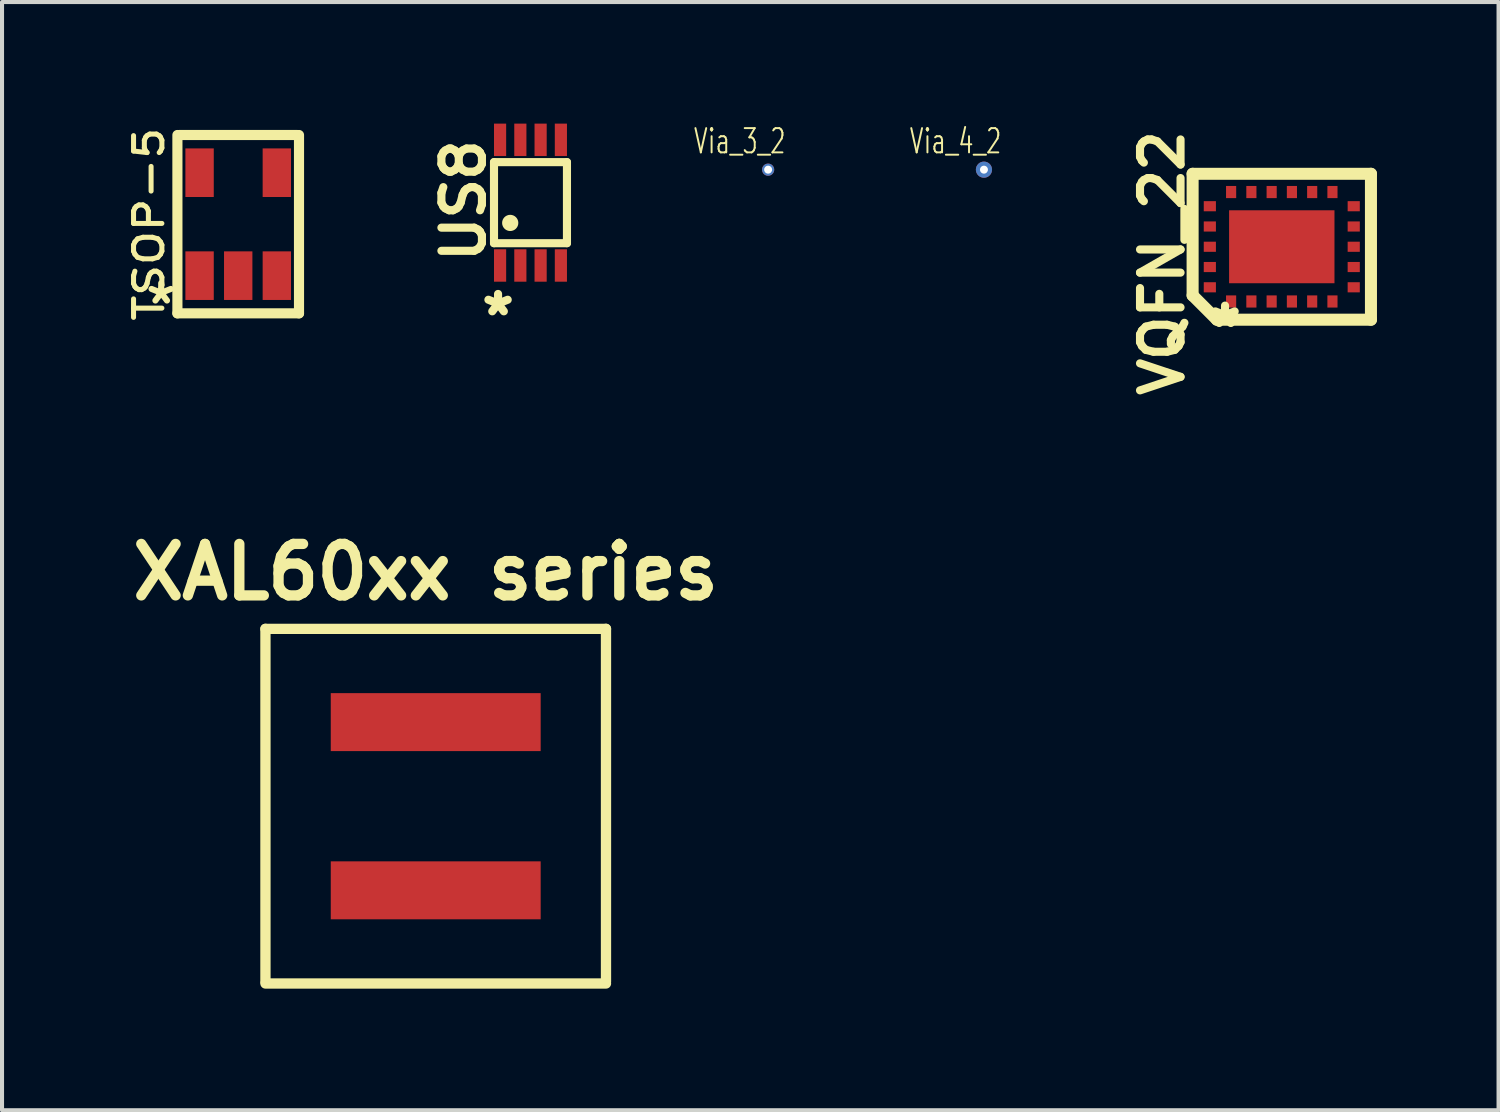
<source format=kicad_pcb>
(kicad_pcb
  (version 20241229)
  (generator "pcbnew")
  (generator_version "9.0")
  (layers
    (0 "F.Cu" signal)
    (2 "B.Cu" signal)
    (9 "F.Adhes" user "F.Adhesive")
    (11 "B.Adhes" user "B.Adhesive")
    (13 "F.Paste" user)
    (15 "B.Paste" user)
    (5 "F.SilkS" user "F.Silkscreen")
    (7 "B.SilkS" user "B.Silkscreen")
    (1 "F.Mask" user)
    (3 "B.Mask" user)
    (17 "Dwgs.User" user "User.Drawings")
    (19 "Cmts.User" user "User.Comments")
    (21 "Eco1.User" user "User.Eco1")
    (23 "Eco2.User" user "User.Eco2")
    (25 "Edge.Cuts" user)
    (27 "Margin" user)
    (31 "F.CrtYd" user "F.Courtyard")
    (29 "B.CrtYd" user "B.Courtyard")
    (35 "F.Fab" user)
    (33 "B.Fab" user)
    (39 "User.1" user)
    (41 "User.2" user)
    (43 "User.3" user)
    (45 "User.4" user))
  (footprint "TSOP-5"
    (layer "F.Cu")
    (at 2.827 2.481)
    (property "Reference" "TSOP-5" (at -2.2 0 90) (layer "F.SilkS") (effects (font (size 0.699 0.798) (thickness 0.124))))
    (attr smd)
    (fp_line (start -1.5 -2.2) (end -1.5 2.2) (stroke (width 0.25) (type solid)) (layer "F.SilkS"))
    (fp_line (start -1.5 2.2) (end 1.5 2.2) (stroke (width 0.25) (type solid)) (layer "F.SilkS"))
    (fp_line (start 1.46 -2.2) (end -1.46 -2.2) (stroke (width 0.25) (type solid)) (layer "F.SilkS"))
    (fp_line (start 1.5 2.2) (end 1.5 -2.2) (stroke (width 0.25) (type solid)) (layer "F.SilkS"))
    (fp_text user "*" (at -1.9 2 0) (layer "F.SilkS") (effects (font (size 1 1) (thickness 0.15))))
    (pad "1" smd rect (at -0.953 1.27) (size 0.7 1.199) (layers "F.Cu" "F.Mask" "F.Paste"))
    (pad "2" smd rect (at 0 1.27) (size 0.7 1.199) (layers "F.Cu" "F.Mask" "F.Paste"))
    (pad "3" smd rect (at 0.953 1.27) (size 0.7 1.199) (layers "F.Cu" "F.Mask" "F.Paste"))
    (pad "4" smd rect (at 0.953 -1.27) (size 0.7 1.199) (layers "F.Cu" "F.Mask" "F.Paste"))
    (pad "5" smd rect (at -0.953 -1.27) (size 0.7 1.199) (layers "F.Cu" "F.Mask" "F.Paste")))
  (footprint "Via_4_2"
    (layer "F.Cu")
    (at 21.226 1.136)
    (property "Reference" "Via_4_2" (at -0.701 -0.701 0) (layer "F.SilkS") (effects (font (size 0.599 0.399) (thickness 0.048))))
    (attr through_hole)
    (pad "1" thru_hole circle (at 0 0) (size 0.399 0.399) (drill 0.196) (layers "*.Cu")))
  (footprint "VQFN_22"
    (layer "F.Cu")
    (at 28.574 3.038)
    (property "Reference" "VQFN_22" (at -2.95 0.4 90) (layer "F.SilkS") (effects (font (size 1 1) (thickness 0.2))))
    (attr smd)
    (fp_line (start -2.2 -1.8) (end -2.2 1.2) (stroke (width 0.297) (type solid)) (layer "F.SilkS"))
    (fp_line (start -2.2 -1.8) (end 2.2 -1.8) (stroke (width 0.297) (type solid)) (layer "F.SilkS"))
    (fp_line (start -2.2 1.2) (end -1.6 1.8) (stroke (width 0.297) (type solid)) (layer "F.SilkS"))
    (fp_line (start 2.2 -1.8) (end 2.2 1.8) (stroke (width 0.297) (type solid)) (layer "F.SilkS"))
    (fp_line (start 2.2 1.8) (end -1.6 1.8) (stroke (width 0.297) (type solid)) (layer "F.SilkS"))
    (fp_text user "*" (at -1.4 2 0) (layer "F.SilkS") (effects (font (size 1 1) (thickness 0.2))))
    (pad "1" smd rect (at -1.25 1.35) (size 0.25 0.3) (layers "F.Cu" "F.Mask" "F.Paste"))
    (pad "2" smd rect (at -0.75 1.35) (size 0.25 0.3) (layers "F.Cu" "F.Mask" "F.Paste"))
    (pad "3" smd rect (at -0.25 1.35) (size 0.25 0.3) (layers "F.Cu" "F.Mask" "F.Paste"))
    (pad "4" smd rect (at 0.25 1.35) (size 0.25 0.3) (layers "F.Cu" "F.Mask" "F.Paste"))
    (pad "5" smd rect (at 0.75 1.35) (size 0.25 0.3) (layers "F.Cu" "F.Mask" "F.Paste"))
    (pad "6" smd rect (at 1.25 1.35) (size 0.25 0.3) (layers "F.Cu" "F.Mask" "F.Paste"))
    (pad "7" smd rect (at 1.775 1) (size 0.3 0.25) (layers "F.Cu" "F.Mask" "F.Paste"))
    (pad "8" smd rect (at 1.775 0.5) (size 0.3 0.25) (layers "F.Cu" "F.Mask" "F.Paste"))
    (pad "9" smd rect (at 1.775 0) (size 0.3 0.25) (layers "F.Cu" "F.Mask" "F.Paste"))
    (pad "10" smd rect (at 1.775 -0.5) (size 0.3 0.25) (layers "F.Cu" "F.Mask" "F.Paste"))
    (pad "11" smd rect (at 1.775 -1) (size 0.3 0.25) (layers "F.Cu" "F.Mask" "F.Paste"))
    (pad "12" smd rect (at 1.25 -1.35) (size 0.25 0.3) (layers "F.Cu" "F.Mask" "F.Paste"))
    (pad "13" smd rect (at 0.75 -1.35) (size 0.25 0.3) (layers "F.Cu" "F.Mask" "F.Paste"))
    (pad "14" smd rect (at 0.25 -1.35) (size 0.25 0.3) (layers "F.Cu" "F.Mask" "F.Paste"))
    (pad "15" smd rect (at -0.25 -1.35) (size 0.25 0.3) (layers "F.Cu" "F.Mask" "F.Paste"))
    (pad "16" smd rect (at -0.75 -1.35) (size 0.25 0.3) (layers "F.Cu" "F.Mask" "F.Paste"))
    (pad "17" smd rect (at -1.25 -1.35) (size 0.25 0.3) (layers "F.Cu" "F.Mask" "F.Paste"))
    (pad "18" smd rect (at -1.775 -1) (size 0.3 0.25) (layers "F.Cu" "F.Mask" "F.Paste"))
    (pad "19" smd rect (at -1.775 -0.5) (size 0.3 0.25) (layers "F.Cu" "F.Mask" "F.Paste"))
    (pad "20" smd rect (at -1.775 0) (size 0.3 0.25) (layers "F.Cu" "F.Mask" "F.Paste"))
    (pad "21" smd rect (at -1.775 0.5) (size 0.3 0.25) (layers "F.Cu" "F.Mask" "F.Paste"))
    (pad "22" smd rect (at -1.775 1) (size 0.3 0.25) (layers "F.Cu" "F.Mask" "F.Paste"))
    (pad "23" smd rect (at -0.8 -0.5) (size 0.6 0.5) (layers "F.Cu" "F.Mask" "F.Paste"))
    (pad "23" smd rect (at -0.8 0.5) (size 0.6 0.5) (layers "F.Cu" "F.Mask" "F.Paste"))
    (pad "23" smd rect (at 0 0) (size 2.6 1.8) (layers "F.Cu" "F.Mask"))
    (pad "23" smd rect (at 0.8 -0.5) (size 0.6 0.5) (layers "F.Cu" "F.Mask" "F.Paste"))
    (pad "23" smd rect (at 0.8 0.5) (size 0.6 0.5) (layers "F.Cu" "F.Mask" "F.Paste")))
  (footprint "XAL60xx series"
    (layer "F.Cu")
    (at 7.7 14.766)
    (property "Reference" "XAL60xx series" (at -0.249 -3.701 0) (layer "F.SilkS") (effects (font (size 1.27 1.27) (thickness 0.254))))
    (attr through_hole)
    (fp_line (start -4.201 -2.301) (end -4.201 6.401) (stroke (width 0.254) (type solid)) (layer "F.SilkS"))
    (fp_line (start -4.201 -2.301) (end 4.201 -2.301) (stroke (width 0.254) (type solid)) (layer "F.SilkS"))
    (fp_line (start -4.201 6.449) (end 4.201 6.449) (stroke (width 0.254) (type solid)) (layer "F.SilkS"))
    (fp_line (start 4.201 -2.301) (end 4.201 6.401) (stroke (width 0.254) (type solid)) (layer "F.SilkS"))
    (pad "1" smd rect (at 0 0) (size 5.179 1.43) (layers "F.Cu" "F.Mask" "F.Paste"))
    (pad "2" smd rect (at 0 4.15) (size 5.179 1.43) (layers "F.Cu" "F.Mask" "F.Paste")))
  (footprint "US8"
    (layer "F.Cu")
    (at 10.038 1.95)
    (property "Reference" "US8" (at -1.65 -0.05 90) (layer "F.SilkS") (effects (font (size 1 1) (thickness 0.2))))
    (attr smd)
    (fp_line (start -0.9 -1) (end 0.9 -1) (stroke (width 0.2) (type solid)) (layer "F.SilkS"))
    (fp_line (start -0.9 1) (end -0.9 -1) (stroke (width 0.2) (type solid)) (layer "F.SilkS"))
    (fp_line (start 0.9 -1) (end 0.9 0.9) (stroke (width 0.2) (type solid)) (layer "F.SilkS"))
    (fp_line (start 0.9 0.9) (end 0.9 1) (stroke (width 0.2) (type solid)) (layer "F.SilkS"))
    (fp_line (start 0.9 1) (end -0.9 1) (stroke (width 0.2) (type solid)) (layer "F.SilkS"))
    (fp_circle (center -0.5 0.5) (end -0.5 0.6) (stroke (width 0.2) (type solid)) (fill no) (layer "F.SilkS"))
    (fp_text user "*" (at -0.8 2.8 0) (layer "F.SilkS") (effects (font (size 1 1) (thickness 0.2))))
    (pad "1" smd rect (at -0.75 1.55) (size 0.3 0.8) (layers "F.Cu" "F.Mask" "F.Paste"))
    (pad "2" smd rect (at -0.25 1.55) (size 0.3 0.8) (layers "F.Cu" "F.Mask" "F.Paste"))
    (pad "3" smd rect (at 0.25 1.55) (size 0.3 0.8) (layers "F.Cu" "F.Mask" "F.Paste"))
    (pad "4" smd rect (at 0.75 1.55) (size 0.3 0.8) (layers "F.Cu" "F.Mask" "F.Paste"))
    (pad "5" smd rect (at 0.75 -1.55) (size 0.3 0.8) (layers "F.Cu" "F.Mask" "F.Paste"))
    (pad "6" smd rect (at 0.25 -1.55) (size 0.3 0.8) (layers "F.Cu" "F.Mask" "F.Paste"))
    (pad "7" smd rect (at -0.25 -1.55) (size 0.3 0.8) (layers "F.Cu" "F.Mask" "F.Paste"))
    (pad "8" smd rect (at -0.75 -1.55) (size 0.3 0.8) (layers "F.Cu" "F.Mask" "F.Paste")))
  (footprint "Via_3_2"
    (layer "F.Cu")
    (at 15.901 1.136)
    (property "Reference" "Via_3_2" (at -0.701 -0.701 0) (layer "F.SilkS") (effects (font (size 0.599 0.399) (thickness 0.048))))
    (attr through_hole)
    (pad "1" thru_hole circle (at 0 0) (size 0.3 0.3) (drill 0.196) (layers "*.Cu")))
  (gr_rect
    (start -3 -3)
    (end 33.922 24.342)
    (stroke (width 0.1) (type default))
    (fill no)
    (layer "Edge.Cuts")))
</source>
